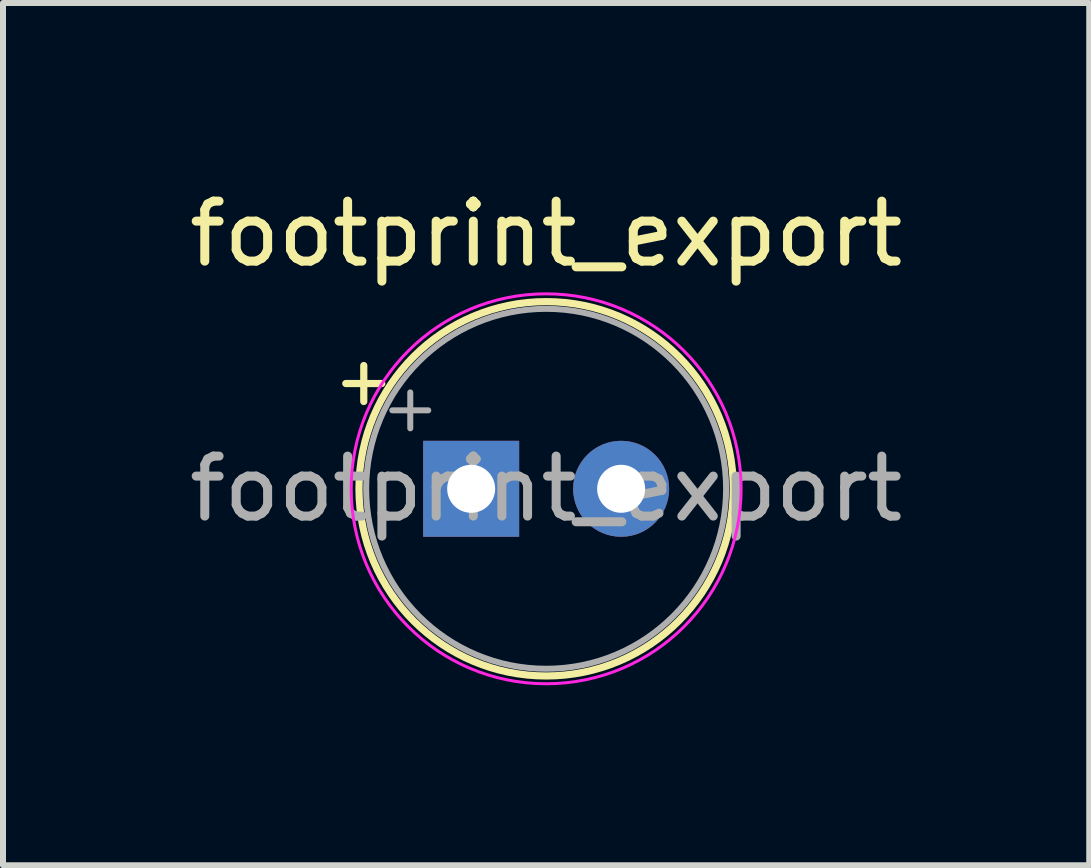
<source format=kicad_pcb>
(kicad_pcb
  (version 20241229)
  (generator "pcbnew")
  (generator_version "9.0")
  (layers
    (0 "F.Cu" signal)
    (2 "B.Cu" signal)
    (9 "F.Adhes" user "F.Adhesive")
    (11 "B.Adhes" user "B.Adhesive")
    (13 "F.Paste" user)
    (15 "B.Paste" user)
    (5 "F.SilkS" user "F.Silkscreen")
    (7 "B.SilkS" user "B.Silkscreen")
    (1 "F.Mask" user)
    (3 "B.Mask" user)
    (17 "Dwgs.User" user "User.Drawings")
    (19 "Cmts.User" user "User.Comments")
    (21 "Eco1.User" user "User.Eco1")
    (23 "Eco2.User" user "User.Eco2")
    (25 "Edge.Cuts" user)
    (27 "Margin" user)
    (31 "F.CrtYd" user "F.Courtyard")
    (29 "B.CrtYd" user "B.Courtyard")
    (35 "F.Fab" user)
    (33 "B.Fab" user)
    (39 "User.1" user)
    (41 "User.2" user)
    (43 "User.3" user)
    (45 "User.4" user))
  (footprint "footprint_export"
    (layer "F.Cu")
    (at 4.804 5.098)
    (property "Reference" "footprint_export" (at 1.25 -4.25 0) (layer "F.SilkS") (effects (font (size 1 1) (thickness 0.15))))
    (attr through_hole)
    (fp_line (start -2.09 -1.755) (end -1.49 -1.755) (stroke (width 0.12) (type solid)) (layer "F.SilkS"))
    (fp_line (start -1.79 -2.055) (end -1.79 -1.455) (stroke (width 0.12) (type solid)) (layer "F.SilkS"))
    (fp_circle (center 1.25 0) (end 4.37 0) (stroke (width 0.12) (type solid)) (fill no) (layer "F.SilkS"))
    (fp_circle (center 1.25 0) (end 4.5 0) (stroke (width 0.05) (type solid)) (fill no) (layer "F.CrtYd"))
    (fp_line (start -1.315 -1.308) (end -0.715 -1.308) (stroke (width 0.1) (type solid)) (layer "F.Fab"))
    (fp_line (start -1.015 -1.607) (end -1.015 -1.008) (stroke (width 0.1) (type solid)) (layer "F.Fab"))
    (fp_circle (center 1.25 0) (end 4.25 0) (stroke (width 0.1) (type solid)) (fill no) (layer "F.Fab"))
    (fp_text user "${REFERENCE}" (at 1.25 0 0) (layer "F.Fab") (effects (font (size 1 1) (thickness 0.15))))
    (pad "1" thru_hole rect (at 0 0) (size 1.6 1.6) (drill 0.8) (layers "*.Cu" "*.Mask"))
    (pad "2" thru_hole circle (at 2.5 0) (size 1.6 1.6) (drill 0.8) (layers "*.Cu" "*.Mask")))
  (gr_rect
    (start -3 -3)
    (end 15.107 11.373)
    (stroke (width 0.1) (type default))
    (fill no)
    (layer "Edge.Cuts")))
</source>
